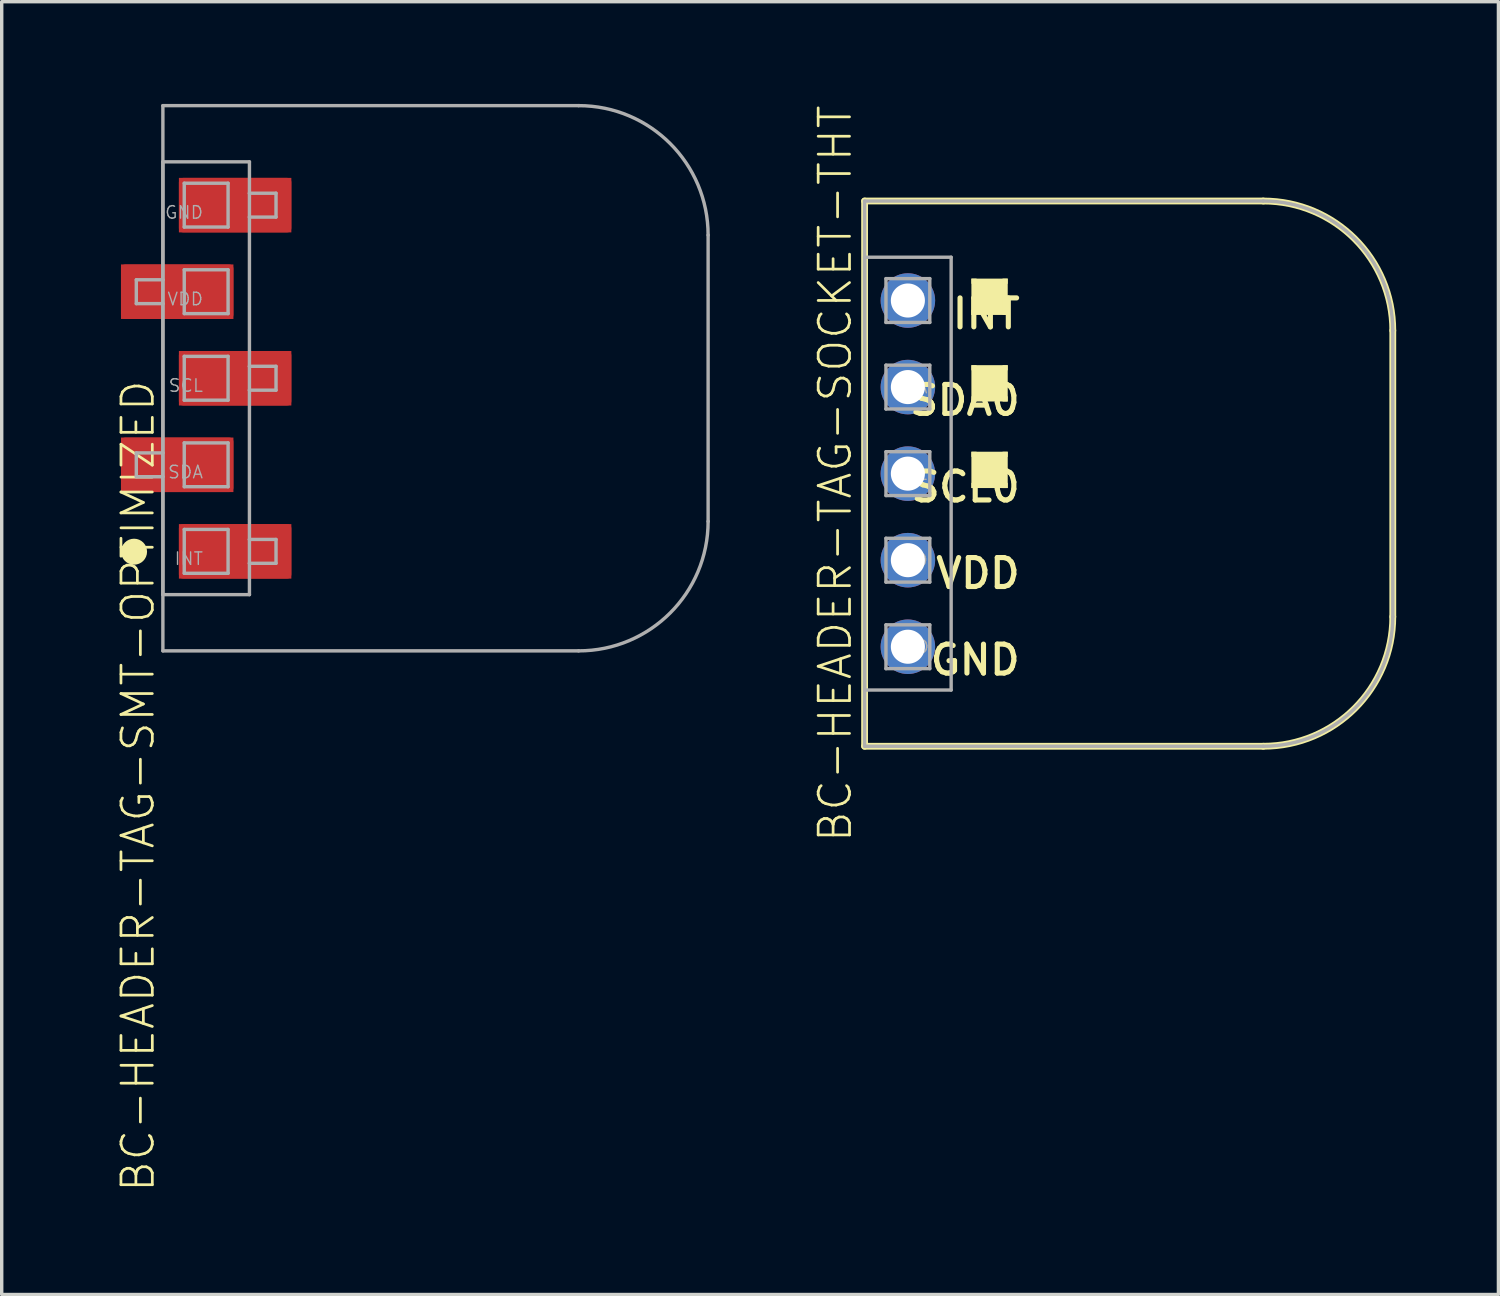
<source format=kicad_pcb>
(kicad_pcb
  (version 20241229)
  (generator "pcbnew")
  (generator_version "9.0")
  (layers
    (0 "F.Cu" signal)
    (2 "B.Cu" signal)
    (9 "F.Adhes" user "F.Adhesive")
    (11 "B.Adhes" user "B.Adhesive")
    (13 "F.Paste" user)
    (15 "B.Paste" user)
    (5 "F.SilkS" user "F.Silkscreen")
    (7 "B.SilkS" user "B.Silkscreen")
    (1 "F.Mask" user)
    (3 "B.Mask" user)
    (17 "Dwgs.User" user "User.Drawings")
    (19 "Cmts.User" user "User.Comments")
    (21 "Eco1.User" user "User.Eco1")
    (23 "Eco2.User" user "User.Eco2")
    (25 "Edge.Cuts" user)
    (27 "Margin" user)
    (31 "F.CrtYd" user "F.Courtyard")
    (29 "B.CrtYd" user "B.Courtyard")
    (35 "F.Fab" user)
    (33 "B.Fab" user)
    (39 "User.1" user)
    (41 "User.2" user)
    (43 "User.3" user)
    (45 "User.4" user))
  (footprint "BC-HEADER-TAG-SOCKET-THT"
    (layer "F.Cu")
    (at 23.592 10.849)
    (property "Reference" "BC-HEADER-TAG-SOCKET-THT" (at -2.134 0 90) (unlocked yes) (layer "F.SilkS") (effects (font (size 0.92 0.92) (thickness 0.08))))
    (fp_line (start -1.27 -8) (end 10.43 -8) (stroke (width 0.2) (type solid)) (layer "F.SilkS"))
    (fp_line (start -1.27 8) (end -1.27 -8) (stroke (width 0.2) (type solid)) (layer "F.SilkS"))
    (fp_line (start 10.43 8) (end -1.27 8) (stroke (width 0.2) (type solid)) (layer "F.SilkS"))
    (fp_line (start 14.23 -4.2) (end 14.23 4.2) (stroke (width 0.2) (type solid)) (layer "F.SilkS"))
    (fp_arc (start 10.43 -8) (mid 13.117006 -6.887006) (end 14.23 -4.2) (stroke (width 0.2) (type solid)) (layer "F.SilkS"))
    (fp_arc (start 14.23 4.2) (mid 13.117006 6.887006) (end 10.43 8) (stroke (width 0.2) (type solid)) (layer "F.SilkS"))
    (fp_poly (pts (xy 1.956 -4.755) (xy 2.845 -4.755) (xy 2.845 -5.644) (xy 1.956 -5.644)) (stroke (width 0) (type default)) (fill yes) (layer "F.SilkS"))
    (fp_poly (pts (xy 1.956 -2.205) (xy 2.845 -2.205) (xy 2.845 -3.095) (xy 1.956 -3.095)) (stroke (width 0) (type default)) (fill yes) (layer "F.SilkS"))
    (fp_poly (pts (xy 1.956 0.344) (xy 2.845 0.344) (xy 2.845 -0.544) (xy 1.956 -0.544)) (stroke (width 0) (type default)) (fill yes) (layer "F.SilkS"))
    (fp_poly (pts (xy 2.016 -5.723) (xy 1.864 -5.723) (xy 1.864 -4.657) (xy 2.016 -4.657)) (stroke (width 0) (type default)) (fill yes) (layer "F.SilkS"))
    (fp_poly (pts (xy 2.016 -3.183) (xy 1.864 -3.183) (xy 1.864 -2.117) (xy 2.016 -2.117)) (stroke (width 0) (type default)) (fill yes) (layer "F.SilkS"))
    (fp_poly (pts (xy 2.016 -0.643) (xy 1.864 -0.643) (xy 1.864 0.423) (xy 2.016 0.423)) (stroke (width 0) (type default)) (fill yes) (layer "F.SilkS"))
    (fp_poly (pts (xy 2.93 -5.723) (xy 1.864 -5.723) (xy 1.864 -5.571) (xy 2.93 -5.571)) (stroke (width 0) (type default)) (fill yes) (layer "F.SilkS"))
    (fp_poly (pts (xy 2.93 -5.723) (xy 2.778 -5.723) (xy 2.778 -4.657) (xy 2.93 -4.657)) (stroke (width 0) (type default)) (fill yes) (layer "F.SilkS"))
    (fp_poly (pts (xy 2.93 -4.809) (xy 1.864 -4.809) (xy 1.864 -4.657) (xy 2.93 -4.657)) (stroke (width 0) (type default)) (fill yes) (layer "F.SilkS"))
    (fp_poly (pts (xy 2.93 -3.183) (xy 1.864 -3.183) (xy 1.864 -3.031) (xy 2.93 -3.031)) (stroke (width 0) (type default)) (fill yes) (layer "F.SilkS"))
    (fp_poly (pts (xy 2.93 -3.183) (xy 2.778 -3.183) (xy 2.778 -2.117) (xy 2.93 -2.117)) (stroke (width 0) (type default)) (fill yes) (layer "F.SilkS"))
    (fp_poly (pts (xy 2.93 -2.269) (xy 1.864 -2.269) (xy 1.864 -2.117) (xy 2.93 -2.117)) (stroke (width 0) (type default)) (fill yes) (layer "F.SilkS"))
    (fp_poly (pts (xy 2.93 -0.643) (xy 1.864 -0.643) (xy 1.864 -0.491) (xy 2.93 -0.491)) (stroke (width 0) (type default)) (fill yes) (layer "F.SilkS"))
    (fp_poly (pts (xy 2.93 -0.643) (xy 2.778 -0.643) (xy 2.778 0.423) (xy 2.93 0.423)) (stroke (width 0) (type default)) (fill yes) (layer "F.SilkS"))
    (fp_poly (pts (xy 2.93 0.271) (xy 1.864 0.271) (xy 1.864 0.423) (xy 2.93 0.423)) (stroke (width 0) (type default)) (fill yes) (layer "F.SilkS"))
    (fp_line (start -1.27 -8) (end 10.43 -8) (stroke (width 0.1) (type solid)) (layer "F.Fab"))
    (fp_line (start -1.27 -6.35) (end -1.27 6.35) (stroke (width 0.1) (type solid)) (layer "F.Fab"))
    (fp_line (start -1.27 6.35) (end 1.27 6.35) (stroke (width 0.1) (type solid)) (layer "F.Fab"))
    (fp_line (start -1.27 8) (end -1.27 -8) (stroke (width 0.1) (type solid)) (layer "F.Fab"))
    (fp_line (start -0.643 -5.723) (end -0.643 -4.437) (stroke (width 0.1) (type solid)) (layer "F.Fab"))
    (fp_line (start -0.643 -4.437) (end 0.643 -4.437) (stroke (width 0.1) (type solid)) (layer "F.Fab"))
    (fp_line (start -0.643 -3.183) (end -0.643 -1.897) (stroke (width 0.1) (type solid)) (layer "F.Fab"))
    (fp_line (start -0.643 -1.897) (end 0.643 -1.897) (stroke (width 0.1) (type solid)) (layer "F.Fab"))
    (fp_line (start -0.643 -0.643) (end -0.643 0.643) (stroke (width 0.1) (type solid)) (layer "F.Fab"))
    (fp_line (start -0.643 0.643) (end 0.643 0.643) (stroke (width 0.1) (type solid)) (layer "F.Fab"))
    (fp_line (start -0.643 1.897) (end -0.643 3.183) (stroke (width 0.1) (type solid)) (layer "F.Fab"))
    (fp_line (start -0.643 3.183) (end 0.643 3.183) (stroke (width 0.1) (type solid)) (layer "F.Fab"))
    (fp_line (start -0.643 4.437) (end -0.643 5.723) (stroke (width 0.1) (type solid)) (layer "F.Fab"))
    (fp_line (start -0.643 5.723) (end 0.643 5.723) (stroke (width 0.1) (type solid)) (layer "F.Fab"))
    (fp_line (start 0.643 -5.723) (end -0.643 -5.723) (stroke (width 0.1) (type solid)) (layer "F.Fab"))
    (fp_line (start 0.643 -4.437) (end 0.643 -5.723) (stroke (width 0.1) (type solid)) (layer "F.Fab"))
    (fp_line (start 0.643 -3.183) (end -0.643 -3.183) (stroke (width 0.1) (type solid)) (layer "F.Fab"))
    (fp_line (start 0.643 -1.897) (end 0.643 -3.183) (stroke (width 0.1) (type solid)) (layer "F.Fab"))
    (fp_line (start 0.643 -0.643) (end -0.643 -0.643) (stroke (width 0.1) (type solid)) (layer "F.Fab"))
    (fp_line (start 0.643 0.643) (end 0.643 -0.643) (stroke (width 0.1) (type solid)) (layer "F.Fab"))
    (fp_line (start 0.643 1.897) (end -0.643 1.897) (stroke (width 0.1) (type solid)) (layer "F.Fab"))
    (fp_line (start 0.643 3.183) (end 0.643 1.897) (stroke (width 0.1) (type solid)) (layer "F.Fab"))
    (fp_line (start 0.643 4.437) (end -0.643 4.437) (stroke (width 0.1) (type solid)) (layer "F.Fab"))
    (fp_line (start 0.643 5.723) (end 0.643 4.437) (stroke (width 0.1) (type solid)) (layer "F.Fab"))
    (fp_line (start 1.27 -6.35) (end -1.27 -6.35) (stroke (width 0.1) (type solid)) (layer "F.Fab"))
    (fp_line (start 1.27 6.35) (end 1.27 -6.35) (stroke (width 0.1) (type solid)) (layer "F.Fab"))
    (fp_line (start 10.43 8) (end -1.27 8) (stroke (width 0.1) (type solid)) (layer "F.Fab"))
    (fp_line (start 14.23 -4.2) (end 14.23 4.2) (stroke (width 0.1) (type solid)) (layer "F.Fab"))
    (fp_arc (start 10.43 -8) (mid 13.117006 -6.887006) (end 14.23 -4.2) (stroke (width 0.1) (type solid)) (layer "F.Fab"))
    (fp_arc (start 14.23 4.2) (mid 13.117006 6.887006) (end 10.43 8) (stroke (width 0.1) (type solid)) (layer "F.Fab"))
    (fp_text user "SDA0" (at 3.37 -2.65 0) (layer "F.SilkS") (effects (font (size 0.85 0.85) (thickness 0.15)) (justify right top)))
    (fp_text user "SCL0" (at 3.37 -0.11 0) (layer "F.SilkS") (effects (font (size 0.85 0.85) (thickness 0.15)) (justify right top)))
    (fp_text user "VDD" (at 3.37 2.43 0) (layer "F.SilkS") (effects (font (size 0.85 0.85) (thickness 0.15)) (justify right top)))
    (fp_text user "INT" (at 3.37 -5.19 0) (layer "F.SilkS") (effects (font (size 0.85 0.85) (thickness 0.15)) (justify right top)))
    (fp_text user "GND" (at 3.37 4.97 0) (layer "F.SilkS") (effects (font (size 0.85 0.85) (thickness 0.15)) (justify right top)))
    (fp_text user "INT" (at 0.064 -5.08 0) (layer "F.Fab") (effects (font (size 0.366 0.366) (thickness 0.041))))
    (fp_text user "SDA" (at 0.064 -2.54 0) (layer "F.Fab") (effects (font (size 0.366 0.366) (thickness 0.041))))
    (fp_text user "SCL" (at 0.064 0 0) (layer "F.Fab") (effects (font (size 0.366 0.366) (thickness 0.041))))
    (fp_text user "VDD" (at 0.064 2.54 0) (layer "F.Fab") (effects (font (size 0.366 0.366) (thickness 0.041))))
    (fp_text user "GND" (at 0.064 5.08 0) (layer "F.Fab") (effects (font (size 0.366 0.366) (thickness 0.041))))
    (pad "1" thru_hole circle (at 0 5.08) (size 1.6 1.6) (drill 1) (layers "*.Cu" "*.Mask"))
    (pad "2" thru_hole circle (at 0 2.54) (size 1.6 1.6) (drill 1) (layers "*.Cu" "*.Mask"))
    (pad "3" thru_hole circle (at 0 0) (size 1.6 1.6) (drill 1) (layers "*.Cu" "*.Mask"))
    (pad "4" thru_hole circle (at 0 -2.54) (size 1.6 1.6) (drill 1) (layers "*.Cu" "*.Mask"))
    (pad "5" thru_hole circle (at 0 -5.08) (size 1.6 1.6) (drill 1) (layers "*.Cu" "*.Mask")))
  (footprint "BC-HEADER-TAG-SMT-OPTIMIZED"
    (layer "F.Cu")
    (at 3 8.05)
    (property "Reference" "BC-HEADER-TAG-SMT-OPTIMIZED" (at -2.54 0 90) (unlocked yes) (layer "F.SilkS") (effects (font (size 0.92 0.92) (thickness 0.08)) (justify right top)))
    (fp_poly (pts (xy 0.8 -1.74) (xy -2.5 -1.74) (xy -2.5 -3.34) (xy 0.8 -3.34)) (stroke (width 0) (type default)) (fill yes) (layer "F.Cu"))
    (fp_poly (pts (xy 0.8 3.34) (xy -2.5 3.34) (xy -2.5 1.74) (xy 0.8 1.74)) (stroke (width 0) (type default)) (fill yes) (layer "F.Cu"))
    (fp_poly (pts (xy 2.5 -4.28) (xy -0.8 -4.28) (xy -0.8 -5.88) (xy 2.5 -5.88)) (stroke (width 0) (type default)) (fill yes) (layer "F.Cu"))
    (fp_poly (pts (xy 2.5 0.8) (xy -0.8 0.8) (xy -0.8 -0.8) (xy 2.5 -0.8)) (stroke (width 0) (type default)) (fill yes) (layer "F.Cu"))
    (fp_poly (pts (xy 2.5 5.88) (xy -0.8 5.88) (xy -0.8 4.28) (xy 2.5 4.28)) (stroke (width 0) (type default)) (fill yes) (layer "F.Cu"))
    (fp_poly (pts (xy -0.9 -4.18) (xy 2.6 -4.18) (xy 2.6 -5.98) (xy -0.9 -5.98)) (stroke (width 0) (type default)) (fill yes) (layer "F.Mask"))
    (fp_poly (pts (xy -0.9 0.9) (xy 2.6 0.9) (xy 2.6 -0.9) (xy -0.9 -0.9)) (stroke (width 0) (type default)) (fill yes) (layer "F.Mask"))
    (fp_poly (pts (xy -0.9 5.98) (xy 2.6 5.98) (xy 2.6 4.18) (xy -0.9 4.18)) (stroke (width 0) (type default)) (fill yes) (layer "F.Mask"))
    (fp_poly (pts (xy 0.9 -3.44) (xy -2.6 -3.44) (xy -2.6 -1.64) (xy 0.9 -1.64)) (stroke (width 0) (type default)) (fill yes) (layer "F.Mask"))
    (fp_poly (pts (xy 0.9 1.64) (xy -2.6 1.64) (xy -2.6 3.44) (xy 0.9 3.44)) (stroke (width 0) (type default)) (fill yes) (layer "F.Mask"))
    (fp_circle (center -2.116 5.09) (end -1.925 5.09) (stroke (width 0.381) (type solid)) (fill yes) (layer "F.SilkS"))
    (fp_poly (pts (xy -0.9 -1.89) (xy -3 -1.89) (xy -3 -3.19) (xy -0.9 -3.19)) (stroke (width 0) (type default)) (fill yes) (layer "F.Paste"))
    (fp_poly (pts (xy -0.9 3.19) (xy -3 3.19) (xy -3 1.89) (xy -0.9 1.89)) (stroke (width 0) (type default)) (fill yes) (layer "F.Paste"))
    (fp_poly (pts (xy 3 -4.43) (xy 0.9 -4.43) (xy 0.9 -5.73) (xy 3 -5.73)) (stroke (width 0) (type default)) (fill yes) (layer "F.Paste"))
    (fp_poly (pts (xy 3 0.65) (xy 0.9 0.65) (xy 0.9 -0.65) (xy 3 -0.65)) (stroke (width 0) (type default)) (fill yes) (layer "F.Paste"))
    (fp_poly (pts (xy 3 5.73) (xy 0.9 5.73) (xy 0.9 4.43) (xy 3 4.43)) (stroke (width 0) (type default)) (fill yes) (layer "F.Paste"))
    (fp_line (start -2.05 -2.19) (end -2.05 -2.89) (stroke (width 0.1) (type solid)) (layer "F.Fab"))
    (fp_line (start -2.05 2.89) (end -2.05 2.19) (stroke (width 0.1) (type solid)) (layer "F.Fab"))
    (fp_line (start -1.27 -8) (end 10.93 -8) (stroke (width 0.1) (type solid)) (layer "F.Fab"))
    (fp_line (start -1.27 -6.35) (end -1.27 -2.89) (stroke (width 0.1) (type solid)) (layer "F.Fab"))
    (fp_line (start -1.27 -2.89) (end -2.05 -2.89) (stroke (width 0.1) (type solid)) (layer "F.Fab"))
    (fp_line (start -1.27 -2.89) (end -1.27 -2.19) (stroke (width 0.1) (type solid)) (layer "F.Fab"))
    (fp_line (start -1.27 -2.19) (end -2.05 -2.19) (stroke (width 0.1) (type solid)) (layer "F.Fab"))
    (fp_line (start -1.27 -2.19) (end -1.27 2.19) (stroke (width 0.1) (type solid)) (layer "F.Fab"))
    (fp_line (start -1.27 2.19) (end -2.05 2.19) (stroke (width 0.1) (type solid)) (layer "F.Fab"))
    (fp_line (start -1.27 2.19) (end -1.27 2.89) (stroke (width 0.1) (type solid)) (layer "F.Fab"))
    (fp_line (start -1.27 2.89) (end -2.05 2.89) (stroke (width 0.1) (type solid)) (layer "F.Fab"))
    (fp_line (start -1.27 2.89) (end -1.27 6.35) (stroke (width 0.1) (type solid)) (layer "F.Fab"))
    (fp_line (start -1.27 6.35) (end 1.27 6.35) (stroke (width 0.1) (type solid)) (layer "F.Fab"))
    (fp_line (start -1.27 8) (end -1.27 -8) (stroke (width 0.1) (type solid)) (layer "F.Fab"))
    (fp_line (start -0.643 -5.723) (end -0.643 -4.437) (stroke (width 0.1) (type solid)) (layer "F.Fab"))
    (fp_line (start -0.643 -4.437) (end 0.643 -4.437) (stroke (width 0.1) (type solid)) (layer "F.Fab"))
    (fp_line (start -0.643 -3.183) (end -0.643 -1.897) (stroke (width 0.1) (type solid)) (layer "F.Fab"))
    (fp_line (start -0.643 -1.897) (end 0.643 -1.897) (stroke (width 0.1) (type solid)) (layer "F.Fab"))
    (fp_line (start -0.643 -0.643) (end -0.643 0.643) (stroke (width 0.1) (type solid)) (layer "F.Fab"))
    (fp_line (start -0.643 0.643) (end 0.643 0.643) (stroke (width 0.1) (type solid)) (layer "F.Fab"))
    (fp_line (start -0.643 1.897) (end -0.643 3.183) (stroke (width 0.1) (type solid)) (layer "F.Fab"))
    (fp_line (start -0.643 3.183) (end 0.643 3.183) (stroke (width 0.1) (type solid)) (layer "F.Fab"))
    (fp_line (start -0.643 4.437) (end -0.643 5.723) (stroke (width 0.1) (type solid)) (layer "F.Fab"))
    (fp_line (start -0.643 5.723) (end 0.643 5.723) (stroke (width 0.1) (type solid)) (layer "F.Fab"))
    (fp_line (start 0.643 -5.723) (end -0.643 -5.723) (stroke (width 0.1) (type solid)) (layer "F.Fab"))
    (fp_line (start 0.643 -4.437) (end 0.643 -5.723) (stroke (width 0.1) (type solid)) (layer "F.Fab"))
    (fp_line (start 0.643 -3.183) (end -0.643 -3.183) (stroke (width 0.1) (type solid)) (layer "F.Fab"))
    (fp_line (start 0.643 -1.897) (end 0.643 -3.183) (stroke (width 0.1) (type solid)) (layer "F.Fab"))
    (fp_line (start 0.643 -0.643) (end -0.643 -0.643) (stroke (width 0.1) (type solid)) (layer "F.Fab"))
    (fp_line (start 0.643 0.643) (end 0.643 -0.643) (stroke (width 0.1) (type solid)) (layer "F.Fab"))
    (fp_line (start 0.643 1.897) (end -0.643 1.897) (stroke (width 0.1) (type solid)) (layer "F.Fab"))
    (fp_line (start 0.643 3.183) (end 0.643 1.897) (stroke (width 0.1) (type solid)) (layer "F.Fab"))
    (fp_line (start 0.643 4.437) (end -0.643 4.437) (stroke (width 0.1) (type solid)) (layer "F.Fab"))
    (fp_line (start 0.643 5.723) (end 0.643 4.437) (stroke (width 0.1) (type solid)) (layer "F.Fab"))
    (fp_line (start 1.27 -6.35) (end -1.27 -6.35) (stroke (width 0.1) (type solid)) (layer "F.Fab"))
    (fp_line (start 1.27 -5.43) (end 1.27 -6.35) (stroke (width 0.1) (type solid)) (layer "F.Fab"))
    (fp_line (start 1.27 -5.43) (end 2.05 -5.43) (stroke (width 0.1) (type solid)) (layer "F.Fab"))
    (fp_line (start 1.27 -4.73) (end 1.27 -5.43) (stroke (width 0.1) (type solid)) (layer "F.Fab"))
    (fp_line (start 1.27 -4.73) (end 2.05 -4.73) (stroke (width 0.1) (type solid)) (layer "F.Fab"))
    (fp_line (start 1.27 -0.35) (end 1.27 -4.73) (stroke (width 0.1) (type solid)) (layer "F.Fab"))
    (fp_line (start 1.27 -0.35) (end 2.05 -0.35) (stroke (width 0.1) (type solid)) (layer "F.Fab"))
    (fp_line (start 1.27 0.35) (end 1.27 -0.35) (stroke (width 0.1) (type solid)) (layer "F.Fab"))
    (fp_line (start 1.27 0.35) (end 2.05 0.35) (stroke (width 0.1) (type solid)) (layer "F.Fab"))
    (fp_line (start 1.27 4.73) (end 1.27 0.35) (stroke (width 0.1) (type solid)) (layer "F.Fab"))
    (fp_line (start 1.27 4.73) (end 2.05 4.73) (stroke (width 0.1) (type solid)) (layer "F.Fab"))
    (fp_line (start 1.27 5.43) (end 1.27 4.73) (stroke (width 0.1) (type solid)) (layer "F.Fab"))
    (fp_line (start 1.27 5.43) (end 2.05 5.43) (stroke (width 0.1) (type solid)) (layer "F.Fab"))
    (fp_line (start 1.27 6.35) (end 1.27 5.43) (stroke (width 0.1) (type solid)) (layer "F.Fab"))
    (fp_line (start 2.05 -5.43) (end 2.05 -4.73) (stroke (width 0.1) (type solid)) (layer "F.Fab"))
    (fp_line (start 2.05 -0.35) (end 2.05 0.35) (stroke (width 0.1) (type solid)) (layer "F.Fab"))
    (fp_line (start 2.05 4.73) (end 2.05 5.43) (stroke (width 0.1) (type solid)) (layer "F.Fab"))
    (fp_line (start 10.93 8) (end -1.27 8) (stroke (width 0.1) (type solid)) (layer "F.Fab"))
    (fp_line (start 14.73 -4.2) (end 14.73 4.2) (stroke (width 0.1) (type solid)) (layer "F.Fab"))
    (fp_arc (start 10.93 -8) (mid 13.617006 -6.887006) (end 14.73 -4.2) (stroke (width 0.1) (type solid)) (layer "F.Fab"))
    (fp_arc (start 14.73 4.2) (mid 13.617006 6.887006) (end 10.93 8) (stroke (width 0.1) (type solid)) (layer "F.Fab"))
    (fp_text user "INT" (at -0.064 5.08 0) (layer "F.Fab") (effects (font (size 0.366 0.366) (thickness 0.041)) (justify right top)))
    (fp_text user "GND" (at -0.064 -5.08 0) (layer "F.Fab") (effects (font (size 0.366 0.366) (thickness 0.041)) (justify right top)))
    (fp_text user "SCL" (at -0.064 0 0) (layer "F.Fab") (effects (font (size 0.366 0.366) (thickness 0.041)) (justify right top)))
    (fp_text user "VDD" (at -0.064 -2.54 0) (layer "F.Fab") (effects (font (size 0.366 0.366) (thickness 0.041)) (justify right top)))
    (fp_text user "SDA" (at -0.064 2.54 0) (layer "F.Fab") (effects (font (size 0.366 0.366) (thickness 0.041)) (justify right top)))
    (pad "1" smd roundrect (at 0.85 5.08) (size 3.3 1.6) (layers "F.Cu") (roundrect_rratio 0.075))
    (pad "2" smd roundrect (at -0.85 2.54) (size 3.3 1.6) (layers "F.Cu") (roundrect_rratio 0.075))
    (pad "3" smd roundrect (at 0.85 0) (size 3.3 1.6) (layers "F.Cu") (roundrect_rratio 0.075))
    (pad "4" smd roundrect (at -0.85 -2.54) (size 3.3 1.6) (layers "F.Cu") (roundrect_rratio 0.075))
    (pad "5" smd roundrect (at 0.85 -5.08) (size 3.3 1.6) (layers "F.Cu") (roundrect_rratio 0.075)))
  (gr_rect
    (start -3 -3)
    (end 40.922 34.938)
    (stroke (width 0.1) (type default))
    (fill no)
    (layer "Edge.Cuts")))
</source>
